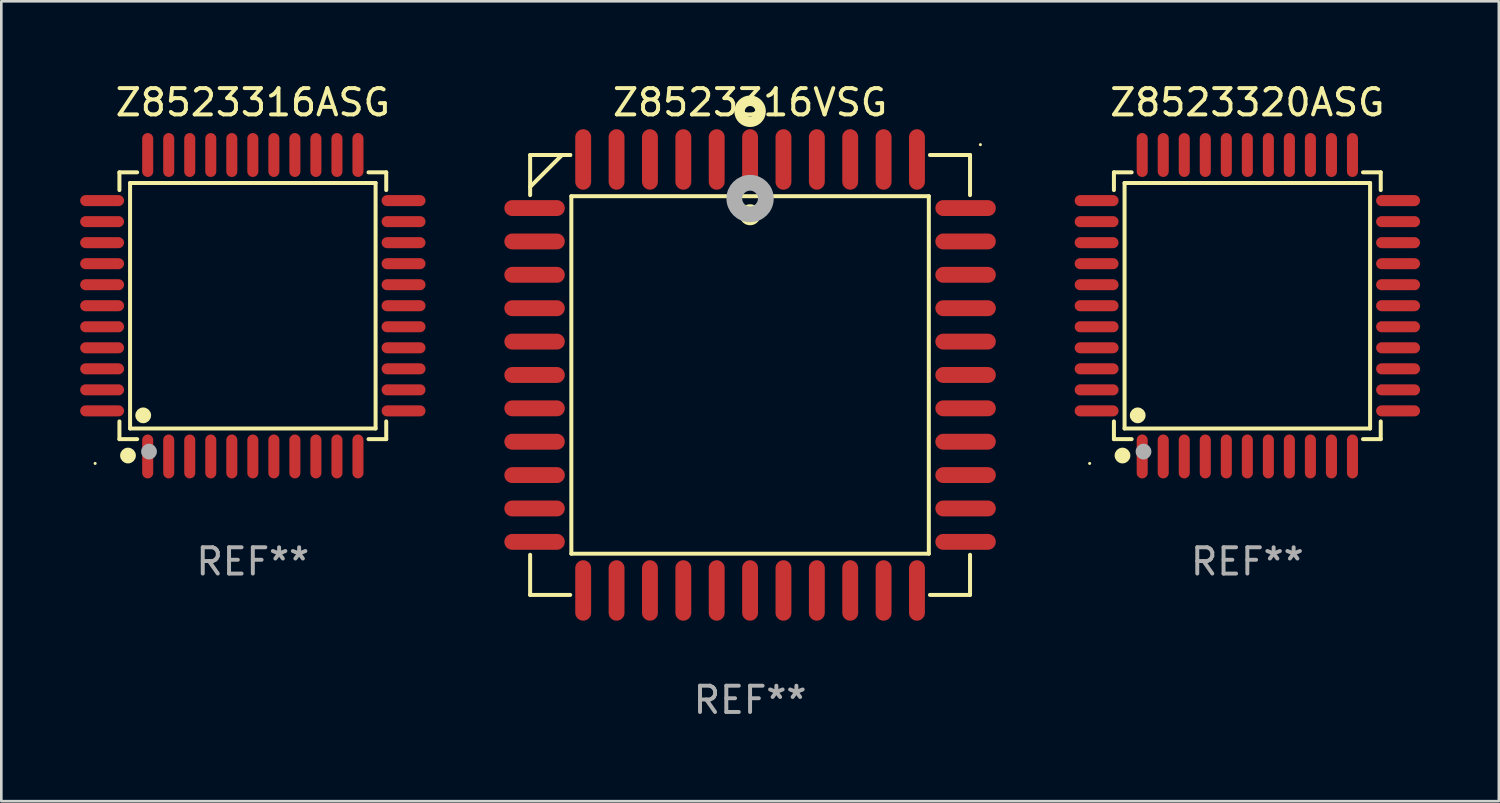
<source format=kicad_pcb>
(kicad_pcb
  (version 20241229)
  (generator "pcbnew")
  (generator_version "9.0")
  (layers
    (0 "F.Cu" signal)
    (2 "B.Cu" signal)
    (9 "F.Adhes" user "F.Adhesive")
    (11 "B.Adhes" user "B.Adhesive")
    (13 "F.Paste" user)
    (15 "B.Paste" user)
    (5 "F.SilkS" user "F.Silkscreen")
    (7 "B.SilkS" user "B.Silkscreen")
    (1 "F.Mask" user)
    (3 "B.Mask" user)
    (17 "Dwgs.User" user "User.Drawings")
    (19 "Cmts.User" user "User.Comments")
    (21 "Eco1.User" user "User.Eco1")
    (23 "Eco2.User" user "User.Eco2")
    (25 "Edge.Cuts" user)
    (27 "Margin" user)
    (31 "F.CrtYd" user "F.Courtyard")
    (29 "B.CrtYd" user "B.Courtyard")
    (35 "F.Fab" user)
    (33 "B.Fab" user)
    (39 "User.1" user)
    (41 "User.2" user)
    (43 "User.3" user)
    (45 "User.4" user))
  (footprint "Z8523320ASG"
    (layer "F.Cu")
    (at 44.41 8.583)
    (property "Reference" "Z8523320ASG" (at 0 -7.735 0) (layer "F.SilkS") (effects (font (size 1 1) (thickness 0.15))))
    (attr through_hole)
    (fp_line (start -5.076 -5.076) (end -4.401 -5.076) (stroke (width 0.152) (type solid)) (layer "F.SilkS"))
    (fp_line (start -5.076 -4.401) (end -5.076 -5.076) (stroke (width 0.152) (type solid)) (layer "F.SilkS"))
    (fp_line (start -5.076 4.401) (end -5.076 5.076) (stroke (width 0.152) (type solid)) (layer "F.SilkS"))
    (fp_line (start -5.076 5.076) (end -4.401 5.076) (stroke (width 0.152) (type solid)) (layer "F.SilkS"))
    (fp_line (start -4.671 -4.671) (end 4.671 -4.671) (stroke (width 0.152) (type solid)) (layer "F.SilkS"))
    (fp_line (start -4.671 4.671) (end -4.671 -4.671) (stroke (width 0.152) (type solid)) (layer "F.SilkS"))
    (fp_line (start 4.671 -4.671) (end 4.671 4.671) (stroke (width 0.152) (type solid)) (layer "F.SilkS"))
    (fp_line (start 4.671 4.671) (end -4.671 4.671) (stroke (width 0.152) (type solid)) (layer "F.SilkS"))
    (fp_line (start 5.076 -5.076) (end 4.401 -5.076) (stroke (width 0.152) (type solid)) (layer "F.SilkS"))
    (fp_line (start 5.076 -4.401) (end 5.076 -5.076) (stroke (width 0.152) (type solid)) (layer "F.SilkS"))
    (fp_line (start 5.076 4.401) (end 5.076 5.076) (stroke (width 0.152) (type solid)) (layer "F.SilkS"))
    (fp_line (start 5.076 5.076) (end 4.401 5.076) (stroke (width 0.152) (type solid)) (layer "F.SilkS"))
    (fp_circle (center -6 6) (end -5.97 6) (stroke (width 0.06) (type solid)) (fill no) (layer "F.SilkS"))
    (fp_circle (center -4.75 5.7) (end -4.6 5.7) (stroke (width 0.3) (type solid)) (fill no) (layer "F.SilkS"))
    (fp_circle (center -4.171 4.171) (end -4.021 4.171) (stroke (width 0.3) (type solid)) (fill no) (layer "F.SilkS"))
    (fp_circle (center -3.95 5.55) (end -3.8 5.55) (stroke (width 0.3) (type solid)) (fill no) (layer "F.Fab"))
    (fp_text user "REF**" (at 0 9.735 0) (layer "F.Fab") (effects (font (size 1 1) (thickness 0.15))))
    (pad "1" smd oval (at -4 5.735) (size 0.42 1.67) (layers "F.Cu" "F.Mask" "F.Paste"))
    (pad "2" smd oval (at -3.2 5.735) (size 0.42 1.67) (layers "F.Cu" "F.Mask" "F.Paste"))
    (pad "3" smd oval (at -2.4 5.735) (size 0.42 1.67) (layers "F.Cu" "F.Mask" "F.Paste"))
    (pad "4" smd oval (at -1.6 5.735) (size 0.42 1.67) (layers "F.Cu" "F.Mask" "F.Paste"))
    (pad "5" smd oval (at -0.8 5.735) (size 0.42 1.67) (layers "F.Cu" "F.Mask" "F.Paste"))
    (pad "6" smd oval (at 0 5.735) (size 0.42 1.67) (layers "F.Cu" "F.Mask" "F.Paste"))
    (pad "7" smd oval (at 0.8 5.735) (size 0.42 1.67) (layers "F.Cu" "F.Mask" "F.Paste"))
    (pad "8" smd oval (at 1.6 5.735) (size 0.42 1.67) (layers "F.Cu" "F.Mask" "F.Paste"))
    (pad "9" smd oval (at 2.4 5.735) (size 0.42 1.67) (layers "F.Cu" "F.Mask" "F.Paste"))
    (pad "10" smd oval (at 3.2 5.735) (size 0.42 1.67) (layers "F.Cu" "F.Mask" "F.Paste"))
    (pad "11" smd oval (at 4 5.735) (size 0.42 1.67) (layers "F.Cu" "F.Mask" "F.Paste"))
    (pad "12" smd oval (at 5.735 4) (size 1.67 0.42) (layers "F.Cu" "F.Mask" "F.Paste"))
    (pad "13" smd oval (at 5.735 3.2) (size 1.67 0.42) (layers "F.Cu" "F.Mask" "F.Paste"))
    (pad "14" smd oval (at 5.735 2.4) (size 1.67 0.42) (layers "F.Cu" "F.Mask" "F.Paste"))
    (pad "15" smd oval (at 5.735 1.6) (size 1.67 0.42) (layers "F.Cu" "F.Mask" "F.Paste"))
    (pad "16" smd oval (at 5.735 0.8) (size 1.67 0.42) (layers "F.Cu" "F.Mask" "F.Paste"))
    (pad "17" smd oval (at 5.735 0) (size 1.67 0.42) (layers "F.Cu" "F.Mask" "F.Paste"))
    (pad "18" smd oval (at 5.735 -0.8) (size 1.67 0.42) (layers "F.Cu" "F.Mask" "F.Paste"))
    (pad "19" smd oval (at 5.735 -1.6) (size 1.67 0.42) (layers "F.Cu" "F.Mask" "F.Paste"))
    (pad "20" smd oval (at 5.735 -2.4) (size 1.67 0.42) (layers "F.Cu" "F.Mask" "F.Paste"))
    (pad "21" smd oval (at 5.735 -3.2) (size 1.67 0.42) (layers "F.Cu" "F.Mask" "F.Paste"))
    (pad "22" smd oval (at 5.735 -4) (size 1.67 0.42) (layers "F.Cu" "F.Mask" "F.Paste"))
    (pad "23" smd oval (at 4 -5.735) (size 0.42 1.67) (layers "F.Cu" "F.Mask" "F.Paste"))
    (pad "24" smd oval (at 3.2 -5.735) (size 0.42 1.67) (layers "F.Cu" "F.Mask" "F.Paste"))
    (pad "25" smd oval (at 2.4 -5.735) (size 0.42 1.67) (layers "F.Cu" "F.Mask" "F.Paste"))
    (pad "26" smd oval (at 1.6 -5.735) (size 0.42 1.67) (layers "F.Cu" "F.Mask" "F.Paste"))
    (pad "27" smd oval (at 0.8 -5.735) (size 0.42 1.67) (layers "F.Cu" "F.Mask" "F.Paste"))
    (pad "28" smd oval (at 0 -5.735) (size 0.42 1.67) (layers "F.Cu" "F.Mask" "F.Paste"))
    (pad "29" smd oval (at -0.8 -5.735) (size 0.42 1.67) (layers "F.Cu" "F.Mask" "F.Paste"))
    (pad "30" smd oval (at -1.6 -5.735) (size 0.42 1.67) (layers "F.Cu" "F.Mask" "F.Paste"))
    (pad "31" smd oval (at -2.4 -5.735) (size 0.42 1.67) (layers "F.Cu" "F.Mask" "F.Paste"))
    (pad "32" smd oval (at -3.2 -5.735) (size 0.42 1.67) (layers "F.Cu" "F.Mask" "F.Paste"))
    (pad "33" smd oval (at -4 -5.735) (size 0.42 1.67) (layers "F.Cu" "F.Mask" "F.Paste"))
    (pad "34" smd oval (at -5.735 -4) (size 1.67 0.42) (layers "F.Cu" "F.Mask" "F.Paste"))
    (pad "35" smd oval (at -5.735 -3.2) (size 1.67 0.42) (layers "F.Cu" "F.Mask" "F.Paste"))
    (pad "36" smd oval (at -5.735 -2.4) (size 1.67 0.42) (layers "F.Cu" "F.Mask" "F.Paste"))
    (pad "37" smd oval (at -5.735 -1.6) (size 1.67 0.42) (layers "F.Cu" "F.Mask" "F.Paste"))
    (pad "38" smd oval (at -5.735 -0.8) (size 1.67 0.42) (layers "F.Cu" "F.Mask" "F.Paste"))
    (pad "39" smd oval (at -5.735 0) (size 1.67 0.42) (layers "F.Cu" "F.Mask" "F.Paste"))
    (pad "40" smd oval (at -5.735 0.8) (size 1.67 0.42) (layers "F.Cu" "F.Mask" "F.Paste"))
    (pad "41" smd oval (at -5.735 1.6) (size 1.67 0.42) (layers "F.Cu" "F.Mask" "F.Paste"))
    (pad "42" smd oval (at -5.735 2.4) (size 1.67 0.42) (layers "F.Cu" "F.Mask" "F.Paste"))
    (pad "43" smd oval (at -5.735 3.2) (size 1.67 0.42) (layers "F.Cu" "F.Mask" "F.Paste"))
    (pad "44" smd oval (at -5.735 4) (size 1.67 0.42) (layers "F.Cu" "F.Mask" "F.Paste")))
  (footprint "Z8523316VSG"
    (layer "F.Cu")
    (at 25.49 11.217)
    (property "Reference" "Z8523316VSG" (at 0 -10.369 0) (layer "F.SilkS") (effects (font (size 1 1) (thickness 0.15))))
    (attr through_hole)
    (fp_line (start -8.369 -8.369) (end -8.369 -6.843) (stroke (width 0.152) (type solid)) (layer "F.SilkS"))
    (fp_line (start -8.369 8.369) (end -8.369 6.843) (stroke (width 0.152) (type solid)) (layer "F.SilkS"))
    (fp_line (start -7.156 -8.369) (end -8.369 -7.156) (stroke (width 0.152) (type solid)) (layer "F.SilkS"))
    (fp_line (start -6.843 -8.369) (end -8.369 -8.369) (stroke (width 0.152) (type solid)) (layer "F.SilkS"))
    (fp_line (start -6.843 -8.369) (end -7.156 -8.369) (stroke (width 0.152) (type solid)) (layer "F.SilkS"))
    (fp_line (start -6.843 8.369) (end -8.369 8.369) (stroke (width 0.152) (type solid)) (layer "F.SilkS"))
    (fp_line (start -6.801 -6.801) (end 6.801 -6.801) (stroke (width 0.152) (type solid)) (layer "F.SilkS"))
    (fp_line (start -6.801 6.801) (end -6.801 -6.801) (stroke (width 0.152) (type solid)) (layer "F.SilkS"))
    (fp_line (start 6.801 -6.801) (end 6.801 6.801) (stroke (width 0.152) (type solid)) (layer "F.SilkS"))
    (fp_line (start 6.801 6.801) (end -6.801 6.801) (stroke (width 0.152) (type solid)) (layer "F.SilkS"))
    (fp_line (start 6.843 -8.369) (end 8.369 -8.369) (stroke (width 0.152) (type solid)) (layer "F.SilkS"))
    (fp_line (start 6.843 8.369) (end 8.369 8.369) (stroke (width 0.152) (type solid)) (layer "F.SilkS"))
    (fp_line (start 8.369 -8.369) (end 8.369 -6.843) (stroke (width 0.152) (type solid)) (layer "F.SilkS"))
    (fp_line (start 8.369 8.369) (end 8.369 6.843) (stroke (width 0.152) (type solid)) (layer "F.SilkS"))
    (fp_circle (center -0.000013 -6.096) (end 0.2 -6.096) (stroke (width 0.4) (type solid)) (fill no) (layer "F.SilkS"))
    (fp_circle (center 0.000114 -10.033) (end 0.2 -10.033) (stroke (width 0.4) (type solid)) (fill no) (layer "F.SilkS"))
    (fp_circle (center 8.763 -8.763) (end 8.793 -8.763) (stroke (width 0.06) (type solid)) (fill no) (layer "F.SilkS"))
    (fp_circle (center 0.000114 -6.712) (end 0.3 -6.712) (stroke (width 0.6) (type solid)) (fill no) (layer "F.Fab"))
    (fp_text user "REF**" (at 0 12.369 0) (layer "F.Fab") (effects (font (size 1 1) (thickness 0.15))))
    (pad "1" smd oval (at 0.000114 -8.2) (size 0.604 2.3) (layers "F.Cu" "F.Mask" "F.Paste"))
    (pad "2" smd oval (at -1.27 -8.2) (size 0.604 2.3) (layers "F.Cu" "F.Mask" "F.Paste"))
    (pad "3" smd oval (at -2.54 -8.2) (size 0.604 2.3) (layers "F.Cu" "F.Mask" "F.Paste"))
    (pad "4" smd oval (at -3.81 -8.2) (size 0.604 2.3) (layers "F.Cu" "F.Mask" "F.Paste"))
    (pad "5" smd oval (at -5.08 -8.2) (size 0.604 2.3) (layers "F.Cu" "F.Mask" "F.Paste"))
    (pad "6" smd oval (at -6.35 -8.2) (size 0.604 2.3) (layers "F.Cu" "F.Mask" "F.Paste"))
    (pad "7" smd oval (at -8.2 -6.35) (size 2.3 0.604) (layers "F.Cu" "F.Mask" "F.Paste"))
    (pad "8" smd oval (at -8.2 -5.08) (size 2.3 0.604) (layers "F.Cu" "F.Mask" "F.Paste"))
    (pad "9" smd oval (at -8.2 -3.81) (size 2.3 0.604) (layers "F.Cu" "F.Mask" "F.Paste"))
    (pad "10" smd oval (at -8.2 -2.54) (size 2.3 0.604) (layers "F.Cu" "F.Mask" "F.Paste"))
    (pad "11" smd oval (at -8.2 -1.27) (size 2.3 0.604) (layers "F.Cu" "F.Mask" "F.Paste"))
    (pad "12" smd oval (at -8.2 0.000127) (size 2.3 0.604) (layers "F.Cu" "F.Mask" "F.Paste"))
    (pad "13" smd oval (at -8.2 1.27) (size 2.3 0.604) (layers "F.Cu" "F.Mask" "F.Paste"))
    (pad "14" smd oval (at -8.2 2.54) (size 2.3 0.604) (layers "F.Cu" "F.Mask" "F.Paste"))
    (pad "15" smd oval (at -8.2 3.81) (size 2.3 0.604) (layers "F.Cu" "F.Mask" "F.Paste"))
    (pad "16" smd oval (at -8.2 5.08) (size 2.3 0.604) (layers "F.Cu" "F.Mask" "F.Paste"))
    (pad "17" smd oval (at -8.2 6.35) (size 2.3 0.604) (layers "F.Cu" "F.Mask" "F.Paste"))
    (pad "18" smd oval (at -6.35 8.2) (size 0.604 2.3) (layers "F.Cu" "F.Mask" "F.Paste"))
    (pad "19" smd oval (at -5.08 8.2) (size 0.604 2.3) (layers "F.Cu" "F.Mask" "F.Paste"))
    (pad "20" smd oval (at -3.81 8.2) (size 0.604 2.3) (layers "F.Cu" "F.Mask" "F.Paste"))
    (pad "21" smd oval (at -2.54 8.2) (size 0.604 2.3) (layers "F.Cu" "F.Mask" "F.Paste"))
    (pad "22" smd oval (at -1.27 8.2) (size 0.604 2.3) (layers "F.Cu" "F.Mask" "F.Paste"))
    (pad "23" smd oval (at 0.000114 8.2) (size 0.604 2.3) (layers "F.Cu" "F.Mask" "F.Paste"))
    (pad "24" smd oval (at 1.27 8.2) (size 0.604 2.3) (layers "F.Cu" "F.Mask" "F.Paste"))
    (pad "25" smd oval (at 2.54 8.2) (size 0.604 2.3) (layers "F.Cu" "F.Mask" "F.Paste"))
    (pad "26" smd oval (at 3.81 8.2) (size 0.604 2.3) (layers "F.Cu" "F.Mask" "F.Paste"))
    (pad "27" smd oval (at 5.08 8.2) (size 0.604 2.3) (layers "F.Cu" "F.Mask" "F.Paste"))
    (pad "28" smd oval (at 6.35 8.2) (size 0.604 2.3) (layers "F.Cu" "F.Mask" "F.Paste"))
    (pad "29" smd oval (at 8.2 6.35) (size 2.3 0.604) (layers "F.Cu" "F.Mask" "F.Paste"))
    (pad "30" smd oval (at 8.2 5.08) (size 2.3 0.604) (layers "F.Cu" "F.Mask" "F.Paste"))
    (pad "31" smd oval (at 8.2 3.81) (size 2.3 0.604) (layers "F.Cu" "F.Mask" "F.Paste"))
    (pad "32" smd oval (at 8.2 2.54) (size 2.3 0.604) (layers "F.Cu" "F.Mask" "F.Paste"))
    (pad "33" smd oval (at 8.2 1.27) (size 2.3 0.604) (layers "F.Cu" "F.Mask" "F.Paste"))
    (pad "34" smd oval (at 8.2 0.000127) (size 2.3 0.604) (layers "F.Cu" "F.Mask" "F.Paste"))
    (pad "35" smd oval (at 8.2 -1.27) (size 2.3 0.604) (layers "F.Cu" "F.Mask" "F.Paste"))
    (pad "36" smd oval (at 8.2 -2.54) (size 2.3 0.604) (layers "F.Cu" "F.Mask" "F.Paste"))
    (pad "37" smd oval (at 8.2 -3.81) (size 2.3 0.604) (layers "F.Cu" "F.Mask" "F.Paste"))
    (pad "38" smd oval (at 8.2 -5.08) (size 2.3 0.604) (layers "F.Cu" "F.Mask" "F.Paste"))
    (pad "39" smd oval (at 8.2 -6.35) (size 2.3 0.604) (layers "F.Cu" "F.Mask" "F.Paste"))
    (pad "40" smd oval (at 6.35 -8.2) (size 0.604 2.3) (layers "F.Cu" "F.Mask" "F.Paste"))
    (pad "41" smd oval (at 5.08 -8.2) (size 0.604 2.3) (layers "F.Cu" "F.Mask" "F.Paste"))
    (pad "42" smd oval (at 3.81 -8.2) (size 0.604 2.3) (layers "F.Cu" "F.Mask" "F.Paste"))
    (pad "43" smd oval (at 2.54 -8.2) (size 0.604 2.3) (layers "F.Cu" "F.Mask" "F.Paste"))
    (pad "44" smd oval (at 1.27 -8.2) (size 0.604 2.3) (layers "F.Cu" "F.Mask" "F.Paste")))
  (footprint "Z8523316ASG"
    (layer "F.Cu")
    (at 6.57 8.583)
    (property "Reference" "Z8523316ASG" (at 0 -7.735 0) (layer "F.SilkS") (effects (font (size 1 1) (thickness 0.15))))
    (attr through_hole)
    (fp_line (start -5.076 -5.076) (end -4.401 -5.076) (stroke (width 0.152) (type solid)) (layer "F.SilkS"))
    (fp_line (start -5.076 -4.401) (end -5.076 -5.076) (stroke (width 0.152) (type solid)) (layer "F.SilkS"))
    (fp_line (start -5.076 4.401) (end -5.076 5.076) (stroke (width 0.152) (type solid)) (layer "F.SilkS"))
    (fp_line (start -5.076 5.076) (end -4.401 5.076) (stroke (width 0.152) (type solid)) (layer "F.SilkS"))
    (fp_line (start -4.671 -4.671) (end 4.671 -4.671) (stroke (width 0.152) (type solid)) (layer "F.SilkS"))
    (fp_line (start -4.671 4.671) (end -4.671 -4.671) (stroke (width 0.152) (type solid)) (layer "F.SilkS"))
    (fp_line (start 4.671 -4.671) (end 4.671 4.671) (stroke (width 0.152) (type solid)) (layer "F.SilkS"))
    (fp_line (start 4.671 4.671) (end -4.671 4.671) (stroke (width 0.152) (type solid)) (layer "F.SilkS"))
    (fp_line (start 5.076 -5.076) (end 4.401 -5.076) (stroke (width 0.152) (type solid)) (layer "F.SilkS"))
    (fp_line (start 5.076 -4.401) (end 5.076 -5.076) (stroke (width 0.152) (type solid)) (layer "F.SilkS"))
    (fp_line (start 5.076 4.401) (end 5.076 5.076) (stroke (width 0.152) (type solid)) (layer "F.SilkS"))
    (fp_line (start 5.076 5.076) (end 4.401 5.076) (stroke (width 0.152) (type solid)) (layer "F.SilkS"))
    (fp_circle (center -6 6) (end -5.97 6) (stroke (width 0.06) (type solid)) (fill no) (layer "F.SilkS"))
    (fp_circle (center -4.75 5.7) (end -4.6 5.7) (stroke (width 0.3) (type solid)) (fill no) (layer "F.SilkS"))
    (fp_circle (center -4.171 4.171) (end -4.021 4.171) (stroke (width 0.3) (type solid)) (fill no) (layer "F.SilkS"))
    (fp_circle (center -3.95 5.55) (end -3.8 5.55) (stroke (width 0.3) (type solid)) (fill no) (layer "F.Fab"))
    (fp_text user "REF**" (at 0 9.735 0) (layer "F.Fab") (effects (font (size 1 1) (thickness 0.15))))
    (pad "1" smd oval (at -4 5.735) (size 0.42 1.67) (layers "F.Cu" "F.Mask" "F.Paste"))
    (pad "2" smd oval (at -3.2 5.735) (size 0.42 1.67) (layers "F.Cu" "F.Mask" "F.Paste"))
    (pad "3" smd oval (at -2.4 5.735) (size 0.42 1.67) (layers "F.Cu" "F.Mask" "F.Paste"))
    (pad "4" smd oval (at -1.6 5.735) (size 0.42 1.67) (layers "F.Cu" "F.Mask" "F.Paste"))
    (pad "5" smd oval (at -0.8 5.735) (size 0.42 1.67) (layers "F.Cu" "F.Mask" "F.Paste"))
    (pad "6" smd oval (at 0 5.735) (size 0.42 1.67) (layers "F.Cu" "F.Mask" "F.Paste"))
    (pad "7" smd oval (at 0.8 5.735) (size 0.42 1.67) (layers "F.Cu" "F.Mask" "F.Paste"))
    (pad "8" smd oval (at 1.6 5.735) (size 0.42 1.67) (layers "F.Cu" "F.Mask" "F.Paste"))
    (pad "9" smd oval (at 2.4 5.735) (size 0.42 1.67) (layers "F.Cu" "F.Mask" "F.Paste"))
    (pad "10" smd oval (at 3.2 5.735) (size 0.42 1.67) (layers "F.Cu" "F.Mask" "F.Paste"))
    (pad "11" smd oval (at 4 5.735) (size 0.42 1.67) (layers "F.Cu" "F.Mask" "F.Paste"))
    (pad "12" smd oval (at 5.735 4) (size 1.67 0.42) (layers "F.Cu" "F.Mask" "F.Paste"))
    (pad "13" smd oval (at 5.735 3.2) (size 1.67 0.42) (layers "F.Cu" "F.Mask" "F.Paste"))
    (pad "14" smd oval (at 5.735 2.4) (size 1.67 0.42) (layers "F.Cu" "F.Mask" "F.Paste"))
    (pad "15" smd oval (at 5.735 1.6) (size 1.67 0.42) (layers "F.Cu" "F.Mask" "F.Paste"))
    (pad "16" smd oval (at 5.735 0.8) (size 1.67 0.42) (layers "F.Cu" "F.Mask" "F.Paste"))
    (pad "17" smd oval (at 5.735 0) (size 1.67 0.42) (layers "F.Cu" "F.Mask" "F.Paste"))
    (pad "18" smd oval (at 5.735 -0.8) (size 1.67 0.42) (layers "F.Cu" "F.Mask" "F.Paste"))
    (pad "19" smd oval (at 5.735 -1.6) (size 1.67 0.42) (layers "F.Cu" "F.Mask" "F.Paste"))
    (pad "20" smd oval (at 5.735 -2.4) (size 1.67 0.42) (layers "F.Cu" "F.Mask" "F.Paste"))
    (pad "21" smd oval (at 5.735 -3.2) (size 1.67 0.42) (layers "F.Cu" "F.Mask" "F.Paste"))
    (pad "22" smd oval (at 5.735 -4) (size 1.67 0.42) (layers "F.Cu" "F.Mask" "F.Paste"))
    (pad "23" smd oval (at 4 -5.735) (size 0.42 1.67) (layers "F.Cu" "F.Mask" "F.Paste"))
    (pad "24" smd oval (at 3.2 -5.735) (size 0.42 1.67) (layers "F.Cu" "F.Mask" "F.Paste"))
    (pad "25" smd oval (at 2.4 -5.735) (size 0.42 1.67) (layers "F.Cu" "F.Mask" "F.Paste"))
    (pad "26" smd oval (at 1.6 -5.735) (size 0.42 1.67) (layers "F.Cu" "F.Mask" "F.Paste"))
    (pad "27" smd oval (at 0.8 -5.735) (size 0.42 1.67) (layers "F.Cu" "F.Mask" "F.Paste"))
    (pad "28" smd oval (at 0 -5.735) (size 0.42 1.67) (layers "F.Cu" "F.Mask" "F.Paste"))
    (pad "29" smd oval (at -0.8 -5.735) (size 0.42 1.67) (layers "F.Cu" "F.Mask" "F.Paste"))
    (pad "30" smd oval (at -1.6 -5.735) (size 0.42 1.67) (layers "F.Cu" "F.Mask" "F.Paste"))
    (pad "31" smd oval (at -2.4 -5.735) (size 0.42 1.67) (layers "F.Cu" "F.Mask" "F.Paste"))
    (pad "32" smd oval (at -3.2 -5.735) (size 0.42 1.67) (layers "F.Cu" "F.Mask" "F.Paste"))
    (pad "33" smd oval (at -4 -5.735) (size 0.42 1.67) (layers "F.Cu" "F.Mask" "F.Paste"))
    (pad "34" smd oval (at -5.735 -4) (size 1.67 0.42) (layers "F.Cu" "F.Mask" "F.Paste"))
    (pad "35" smd oval (at -5.735 -3.2) (size 1.67 0.42) (layers "F.Cu" "F.Mask" "F.Paste"))
    (pad "36" smd oval (at -5.735 -2.4) (size 1.67 0.42) (layers "F.Cu" "F.Mask" "F.Paste"))
    (pad "37" smd oval (at -5.735 -1.6) (size 1.67 0.42) (layers "F.Cu" "F.Mask" "F.Paste"))
    (pad "38" smd oval (at -5.735 -0.8) (size 1.67 0.42) (layers "F.Cu" "F.Mask" "F.Paste"))
    (pad "39" smd oval (at -5.735 0) (size 1.67 0.42) (layers "F.Cu" "F.Mask" "F.Paste"))
    (pad "40" smd oval (at -5.735 0.8) (size 1.67 0.42) (layers "F.Cu" "F.Mask" "F.Paste"))
    (pad "41" smd oval (at -5.735 1.6) (size 1.67 0.42) (layers "F.Cu" "F.Mask" "F.Paste"))
    (pad "42" smd oval (at -5.735 2.4) (size 1.67 0.42) (layers "F.Cu" "F.Mask" "F.Paste"))
    (pad "43" smd oval (at -5.735 3.2) (size 1.67 0.42) (layers "F.Cu" "F.Mask" "F.Paste"))
    (pad "44" smd oval (at -5.735 4) (size 1.67 0.42) (layers "F.Cu" "F.Mask" "F.Paste")))
  (gr_rect
    (start -3 -3)
    (end 53.98 27.435)
    (stroke (width 0.1) (type default))
    (fill no)
    (layer "Edge.Cuts")))
</source>
